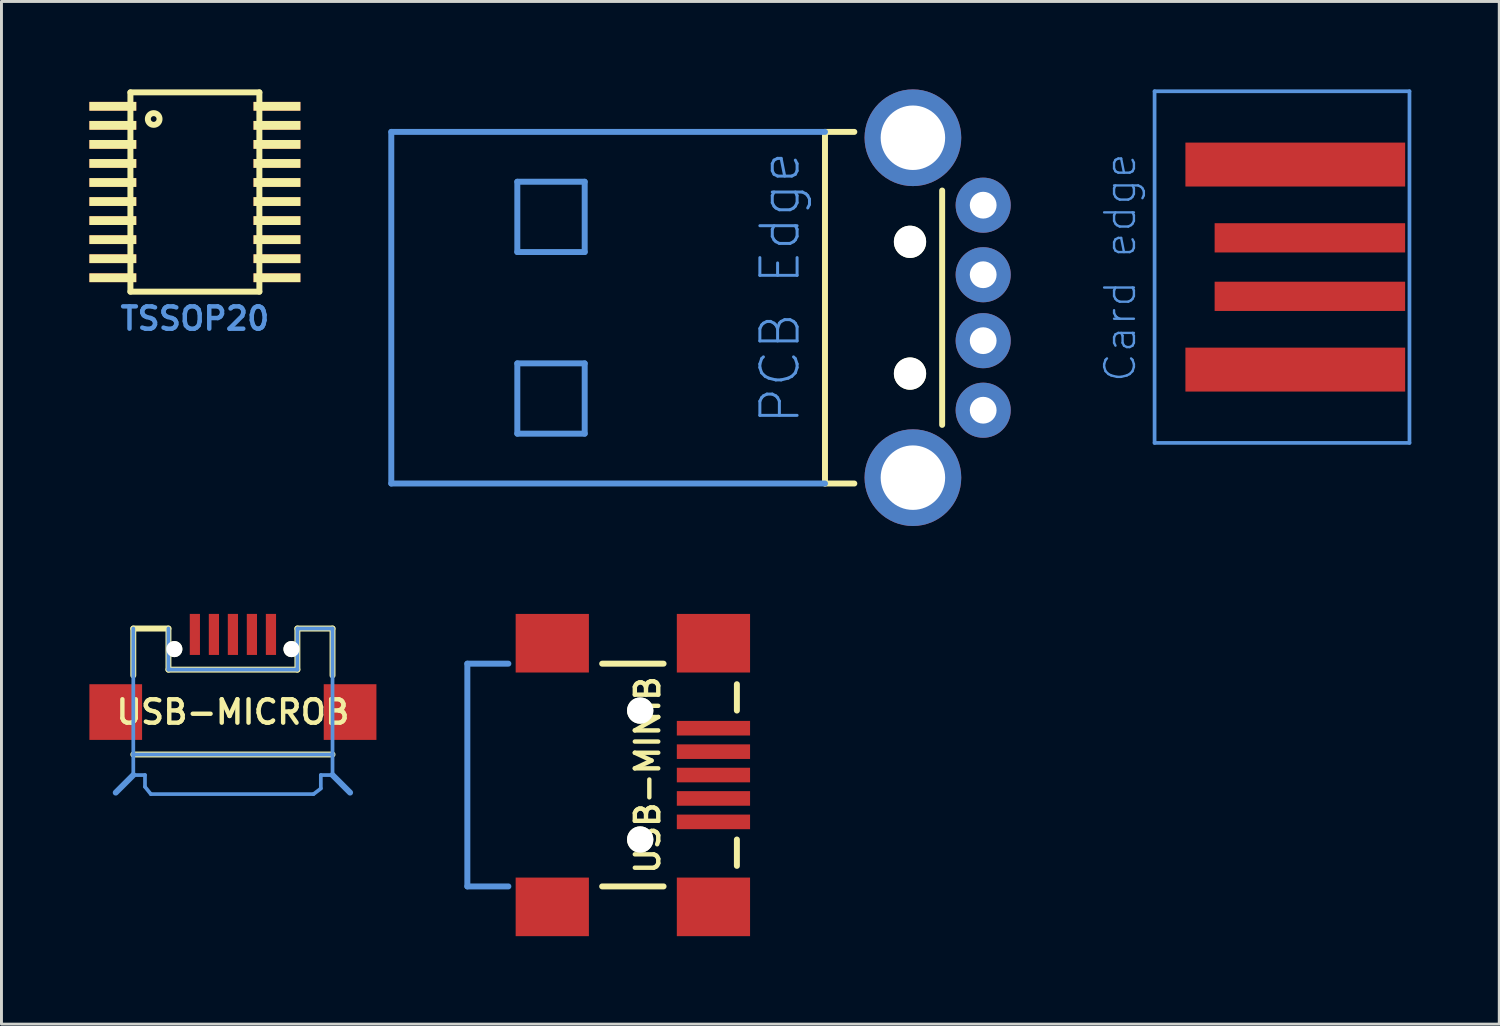
<source format=kicad_pcb>
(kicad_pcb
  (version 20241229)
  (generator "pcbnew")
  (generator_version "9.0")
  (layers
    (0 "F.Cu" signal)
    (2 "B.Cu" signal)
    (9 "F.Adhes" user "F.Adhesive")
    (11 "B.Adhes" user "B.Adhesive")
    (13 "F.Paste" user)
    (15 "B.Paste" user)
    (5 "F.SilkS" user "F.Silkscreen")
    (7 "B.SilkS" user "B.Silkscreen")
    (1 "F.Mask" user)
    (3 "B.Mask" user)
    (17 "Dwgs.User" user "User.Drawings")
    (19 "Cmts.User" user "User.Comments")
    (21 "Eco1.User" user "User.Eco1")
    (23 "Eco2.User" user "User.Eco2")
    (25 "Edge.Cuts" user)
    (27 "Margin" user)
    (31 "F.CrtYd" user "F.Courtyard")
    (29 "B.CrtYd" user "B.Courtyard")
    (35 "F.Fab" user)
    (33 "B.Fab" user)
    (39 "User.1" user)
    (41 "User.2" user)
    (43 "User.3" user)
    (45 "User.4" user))
  (footprint "TSSOP20"
    (layer "F.Cu")
    (at 3.6 3.502)
    (property "Reference" "TSSOP20" (at 0 4.318 0) (layer "Cmts.User") (effects (font (size 0.762 0.762) (thickness 0.152))))
    (attr smd)
    (fp_line (start -2.2 -3.4) (end -2.2 3.4) (stroke (width 0.203) (type solid)) (layer "F.SilkS"))
    (fp_line (start -2.2 3.4) (end 2.2 3.4) (stroke (width 0.203) (type solid)) (layer "F.SilkS"))
    (fp_line (start 2.2 -3.4) (end -2.2 -3.4) (stroke (width 0.203) (type solid)) (layer "F.SilkS"))
    (fp_line (start 2.2 3.4) (end 2.2 -3.4) (stroke (width 0.203) (type solid)) (layer "F.SilkS"))
    (fp_circle (center -1.406 -2.492) (end -1.206 -2.492) (stroke (width 0.203) (type solid)) (fill no) (layer "F.SilkS"))
    (pad "1" smd rect (at -2.8 -2.925) (size 1.6 0.3) (layers "F.Cu" "F.Mask" "F.SilkS" "F.Paste"))
    (pad "2" smd rect (at -2.8 -2.275) (size 1.6 0.3) (layers "F.Cu" "F.Mask" "F.SilkS" "F.Paste"))
    (pad "3" smd rect (at -2.8 -1.625) (size 1.6 0.3) (layers "F.Cu" "F.Mask" "F.SilkS" "F.Paste"))
    (pad "4" smd rect (at -2.8 -0.975) (size 1.6 0.3) (layers "F.Cu" "F.Mask" "F.SilkS" "F.Paste"))
    (pad "5" smd rect (at -2.8 -0.325) (size 1.6 0.3) (layers "F.Cu" "F.Mask" "F.SilkS" "F.Paste"))
    (pad "6" smd rect (at -2.8 0.325) (size 1.6 0.3) (layers "F.Cu" "F.Mask" "F.SilkS" "F.Paste"))
    (pad "7" smd rect (at -2.8 0.975) (size 1.6 0.3) (layers "F.Cu" "F.Mask" "F.SilkS" "F.Paste"))
    (pad "8" smd rect (at -2.8 1.625) (size 1.6 0.3) (layers "F.Cu" "F.Mask" "F.SilkS" "F.Paste"))
    (pad "9" smd rect (at -2.8 2.275) (size 1.6 0.3) (layers "F.Cu" "F.Mask" "F.SilkS" "F.Paste"))
    (pad "10" smd rect (at -2.8 2.925) (size 1.6 0.3) (layers "F.Cu" "F.Mask" "F.SilkS" "F.Paste"))
    (pad "11" smd rect (at 2.8 2.925) (size 1.6 0.3) (layers "F.Cu" "F.Mask" "F.SilkS" "F.Paste"))
    (pad "12" smd rect (at 2.8 2.275) (size 1.6 0.3) (layers "F.Cu" "F.Mask" "F.SilkS" "F.Paste"))
    (pad "13" smd rect (at 2.8 1.625) (size 1.6 0.3) (layers "F.Cu" "F.Mask" "F.SilkS" "F.Paste"))
    (pad "14" smd rect (at 2.8 0.975) (size 1.6 0.3) (layers "F.Cu" "F.Mask" "F.SilkS" "F.Paste"))
    (pad "15" smd rect (at 2.8 0.325) (size 1.6 0.3) (layers "F.Cu" "F.Mask" "F.SilkS" "F.Paste"))
    (pad "16" smd rect (at 2.8 -0.325) (size 1.6 0.3) (layers "F.Cu" "F.Mask" "F.SilkS" "F.Paste"))
    (pad "17" smd rect (at 2.8 -0.975) (size 1.6 0.3) (layers "F.Cu" "F.Mask" "F.SilkS" "F.Paste"))
    (pad "18" smd rect (at 2.8 -1.625) (size 1.6 0.3) (layers "F.Cu" "F.Mask" "F.SilkS" "F.Paste"))
    (pad "19" smd rect (at 2.8 -2.275) (size 1.6 0.3) (layers "F.Cu" "F.Mask" "F.SilkS" "F.Paste"))
    (pad "20" smd rect (at 2.8 -2.925) (size 1.6 0.3) (layers "F.Cu" "F.Mask" "F.SilkS" "F.Paste")))
  (footprint "USB-MINIB"
    (layer "F.Cu")
    (at 18.794 23.395)
    (property "Reference" "USB-MINIB" (at 0.254 0 90) (layer "F.SilkS") (effects (font (size 0.8 0.8) (thickness 0.15))))
    (attr through_hole)
    (fp_line (start -1.298 -3.8) (end 0.798 -3.8) (stroke (width 0.203) (type solid)) (layer "F.SilkS"))
    (fp_line (start 0.798 3.8) (end -1.298 3.8) (stroke (width 0.203) (type solid)) (layer "F.SilkS"))
    (fp_line (start 3.299 -3.099) (end 3.299 -2.2) (stroke (width 0.203) (type solid)) (layer "F.SilkS"))
    (fp_line (start 3.299 2.2) (end 3.299 3.099) (stroke (width 0.203) (type solid)) (layer "F.SilkS"))
    (fp_line (start -5.898 -3.8) (end -5.898 3.8) (stroke (width 0.203) (type solid)) (layer "Cmts.User"))
    (fp_line (start -5.898 -3.8) (end -4.498 -3.8) (stroke (width 0.203) (type solid)) (layer "Cmts.User"))
    (fp_line (start -5.898 3.8) (end -4.498 3.8) (stroke (width 0.203) (type solid)) (layer "Cmts.User"))
    (pad "" np_thru_hole circle (at 0 -2.2) (size 0.899 0.899) (drill 0.899) (layers "*.Cu" "*.Mask" "F.SilkS"))
    (pad "" np_thru_hole circle (at 0 2.2) (size 0.899 0.899) (drill 0.899) (layers "*.Cu" "*.Mask" "F.SilkS"))
    (pad "5V" smd rect (at 2.499 -1.598) (size 2.499 0.498) (layers "F.Cu" "F.Mask" "F.Paste"))
    (pad "D+" smd rect (at 2.499 0) (size 2.499 0.498) (layers "F.Cu" "F.Mask" "F.Paste"))
    (pad "D-" smd rect (at 2.499 -0.798) (size 2.499 0.498) (layers "F.Cu" "F.Mask" "F.Paste"))
    (pad "GND" smd rect (at 2.499 1.598) (size 2.499 0.498) (layers "F.Cu" "F.Mask" "F.Paste"))
    (pad "ID" smd rect (at 2.499 0.798) (size 2.499 0.498) (layers "F.Cu" "F.Mask" "F.Paste"))
    (pad "SH" smd rect (at -3 -4.498) (size 2.499 1.999) (layers "F.Cu" "F.Mask" "F.Paste"))
    (pad "SH" smd rect (at -3 4.498) (size 2.499 1.999) (layers "F.Cu" "F.Mask" "F.Paste"))
    (pad "SH" smd rect (at 2.499 -4.498) (size 2.499 1.999) (layers "F.Cu" "F.Mask" "F.Paste"))
    (pad "SH" smd rect (at 2.499 4.498) (size 2.499 1.999) (layers "F.Cu" "F.Mask" "F.Paste")))
  (footprint "USB-A-PCB"
    (layer "F.Cu")
    (at 41.344 6.063)
    (property "Reference" "USB-A-PCB" (at 0 0 0) (layer "Cmts.User") (effects (font (size 0.001 0.001) (thickness 0.000001))))
    (attr through_hole)
    (fp_line (start -4.999 -5.999) (end 3.698 -5.999) (stroke (width 0.127) (type solid)) (layer "Cmts.User"))
    (fp_line (start -4.999 5.999) (end -4.999 -5.999) (stroke (width 0.127) (type solid)) (layer "Cmts.User"))
    (fp_line (start 3.698 -5.999) (end 3.698 5.999) (stroke (width 0.127) (type solid)) (layer "Cmts.User"))
    (fp_line (start 3.698 5.999) (end -4.999 5.999) (stroke (width 0.127) (type solid)) (layer "Cmts.User"))
    (fp_text user "Card edge" (at -6.17 0.02 90) (layer "Cmts.User") (effects (font (size 1.016 1.016) (thickness 0.081))))
    (pad "5V" smd rect (at -0.198 3.498) (size 7.498 1.499) (layers "F.Cu" "F.Mask" "F.Paste"))
    (pad "D+" smd rect (at 0.3 -0.998) (size 6.5 0.998) (layers "F.Cu" "F.Mask" "F.Paste"))
    (pad "D-" smd rect (at 0.3 0.998) (size 6.5 0.998) (layers "F.Cu" "F.Mask" "F.Paste"))
    (pad "GND" smd rect (at -0.198 -3.498) (size 7.498 1.499) (layers "F.Cu" "F.Mask" "F.Paste")))
  (footprint "USB-A-H"
    (layer "F.Cu")
    (at 28.099 7.449)
    (property "Reference" "USB-A-H" (at -7.62 0 90) (layer "Eco1.User") (effects (font (size 1.27 1.27) (thickness 0.102))))
    (attr through_hole)
    (fp_line (start -3 -5.999) (end -3 5.999) (stroke (width 0.203) (type solid)) (layer "F.SilkS"))
    (fp_line (start -3 -5.999) (end -1.999 -5.999) (stroke (width 0.203) (type solid)) (layer "F.SilkS"))
    (fp_line (start -3 5.999) (end -1.999 5.999) (stroke (width 0.203) (type solid)) (layer "F.SilkS"))
    (fp_line (start 0.998 3.998) (end 0.998 -3.998) (stroke (width 0.203) (type solid)) (layer "F.SilkS"))
    (fp_line (start -17.798 -5.999) (end -17.798 5.999) (stroke (width 0.203) (type solid)) (layer "Cmts.User"))
    (fp_line (start -13.498 -4.298) (end -13.498 -1.9) (stroke (width 0.203) (type solid)) (layer "Cmts.User"))
    (fp_line (start -13.498 -1.9) (end -11.199 -1.9) (stroke (width 0.203) (type solid)) (layer "Cmts.User"))
    (fp_line (start -13.498 1.9) (end -13.498 4.298) (stroke (width 0.203) (type solid)) (layer "Cmts.User"))
    (fp_line (start -13.498 4.298) (end -11.199 4.298) (stroke (width 0.203) (type solid)) (layer "Cmts.User"))
    (fp_line (start -11.199 -4.298) (end -13.498 -4.298) (stroke (width 0.203) (type solid)) (layer "Cmts.User"))
    (fp_line (start -11.199 -1.9) (end -11.199 -4.298) (stroke (width 0.203) (type solid)) (layer "Cmts.User"))
    (fp_line (start -11.199 1.9) (end -13.498 1.9) (stroke (width 0.203) (type solid)) (layer "Cmts.User"))
    (fp_line (start -11.199 4.298) (end -11.199 1.9) (stroke (width 0.203) (type solid)) (layer "Cmts.User"))
    (fp_line (start -3 -5.999) (end -17.798 -5.999) (stroke (width 0.203) (type solid)) (layer "Cmts.User"))
    (fp_line (start -3 5.999) (end -17.798 5.999) (stroke (width 0.203) (type solid)) (layer "Cmts.User"))
    (fp_text user "PCB Edge" (at -4.534 -0.681 90) (layer "Cmts.User") (effects (font (size 1.27 1.27) (thickness 0.102))))
    (pad "" np_thru_hole circle (at -0.099 -2.248) (size 1.1 1.1) (drill 1.1) (layers "*.Cu" "*.Mask" "F.SilkS"))
    (pad "" np_thru_hole circle (at -0.099 2.248) (size 1.1 1.1) (drill 1.1) (layers "*.Cu" "*.Mask" "F.SilkS"))
    (pad "D+" thru_hole oval (at 2.398 -1.125 270) (size 1.88 1.88) (drill 0.914) (layers "*.Cu" "*.Mask"))
    (pad "D-" thru_hole oval (at 2.398 1.125 270) (size 1.88 1.88) (drill 0.914) (layers "*.Cu" "*.Mask"))
    (pad "GND" thru_hole oval (at 2.398 -3.498 270) (size 1.88 1.88) (drill 0.914) (layers "*.Cu" "*.Mask"))
    (pad "GND2" thru_hole oval (at 0 5.799 270) (size 3.299 3.299) (drill 2.2) (layers "*.Cu" "*.Mask"))
    (pad "GND3" thru_hole oval (at 0 -5.799 270) (size 3.299 3.299) (drill 2.2) (layers "*.Cu" "*.Mask"))
    (pad "VBUS" thru_hole oval (at 2.398 3.498 270) (size 1.88 1.88) (drill 0.914) (layers "*.Cu" "*.Mask")))
  (footprint "USB-MICROB"
    (layer "F.Cu")
    (at 4.897 21.246)
    (property "Reference" "USB-MICROB" (at 0 0 0) (layer "F.SilkS") (effects (font (size 0.8 0.8) (thickness 0.15))))
    (attr through_hole)
    (fp_line (start -3.399 -2.85) (end -2.2 -2.85) (stroke (width 0.203) (type solid)) (layer "F.SilkS"))
    (fp_line (start -3.399 -1.25) (end -3.399 -2.85) (stroke (width 0.203) (type solid)) (layer "F.SilkS"))
    (fp_line (start -3.399 1.448) (end 3.399 1.448) (stroke (width 0.203) (type solid)) (layer "F.SilkS"))
    (fp_line (start -2.2 -2.85) (end -2.2 -1.448) (stroke (width 0.203) (type solid)) (layer "F.SilkS"))
    (fp_line (start -2.2 -1.448) (end 2.2 -1.448) (stroke (width 0.203) (type solid)) (layer "F.SilkS"))
    (fp_line (start 2.2 -1.448) (end 2.2 -2.85) (stroke (width 0.203) (type solid)) (layer "F.SilkS"))
    (fp_line (start 3.399 -2.85) (end 2.2 -2.85) (stroke (width 0.203) (type solid)) (layer "F.SilkS"))
    (fp_line (start 3.399 -1.25) (end 3.399 -2.85) (stroke (width 0.203) (type solid)) (layer "F.SilkS"))
    (fp_line (start -3.399 1.448) (end -3.399 -2.85) (stroke (width 0.127) (type solid)) (layer "Cmts.User"))
    (fp_line (start -3.399 1.448) (end 3.399 1.448) (stroke (width 0.127) (type solid)) (layer "Cmts.User"))
    (fp_line (start -3.399 2.149) (end -3.998 2.748) (stroke (width 0.203) (type solid)) (layer "Cmts.User"))
    (fp_line (start -3.399 2.149) (end -3.399 1.448) (stroke (width 0.127) (type solid)) (layer "Cmts.User"))
    (fp_line (start -3.399 2.149) (end -3 2.149) (stroke (width 0.127) (type solid)) (layer "Cmts.User"))
    (fp_line (start -3 2.55) (end -2.8 2.8) (stroke (width 0.127) (type solid)) (layer "Cmts.User"))
    (fp_line (start -3 2.149) (end -3 2.548) (stroke (width 0.127) (type solid)) (layer "Cmts.User"))
    (fp_line (start -2.799 2.799) (end 2.748 2.799) (stroke (width 0.127) (type solid)) (layer "Cmts.User"))
    (fp_line (start -2.2 -1.448) (end -2.2 -2.85) (stroke (width 0.127) (type solid)) (layer "Cmts.User"))
    (fp_line (start -2.2 -1.448) (end 2.2 -1.448) (stroke (width 0.127) (type solid)) (layer "Cmts.User"))
    (fp_line (start 2.2 -1.448) (end 2.2 -2.85) (stroke (width 0.127) (type solid)) (layer "Cmts.User"))
    (fp_line (start 3 2.149) (end 3.399 2.149) (stroke (width 0.127) (type solid)) (layer "Cmts.User"))
    (fp_line (start 3 2.598) (end 3 2.149) (stroke (width 0.127) (type solid)) (layer "Cmts.User"))
    (fp_line (start 3 2.61) (end 2.75 2.8) (stroke (width 0.127) (type solid)) (layer "Cmts.User"))
    (fp_line (start 3.399 -2.85) (end 2.2 -2.85) (stroke (width 0.127) (type solid)) (layer "Cmts.User"))
    (fp_line (start 3.399 -2.85) (end 3.399 1.448) (stroke (width 0.127) (type solid)) (layer "Cmts.User"))
    (fp_line (start 3.399 1.448) (end 3.399 2.149) (stroke (width 0.127) (type solid)) (layer "Cmts.User"))
    (fp_line (start 3.399 2.149) (end 3.998 2.748) (stroke (width 0.203) (type solid)) (layer "Cmts.User"))
    (pad "" np_thru_hole circle (at -1.999 -2.149) (size 0.549 0.549) (drill 0.549) (layers "*.Cu" "*.Mask" "F.SilkS"))
    (pad "" np_thru_hole circle (at 1.999 -2.149) (size 0.549 0.549) (drill 0.549) (layers "*.Cu" "*.Mask" "F.SilkS"))
    (pad "5V" smd rect (at -1.298 -2.649 90) (size 1.4 0.348) (layers "F.Cu" "F.Mask" "F.Paste"))
    (pad "D+" smd rect (at 0 -2.649 90) (size 1.4 0.348) (layers "F.Cu" "F.Mask" "F.Paste"))
    (pad "D-" smd rect (at -0.648 -2.649 90) (size 1.4 0.348) (layers "F.Cu" "F.Mask" "F.Paste"))
    (pad "GND" smd rect (at 1.298 -2.649 90) (size 1.4 0.348) (layers "F.Cu" "F.Mask" "F.Paste"))
    (pad "ID" smd rect (at 0.648 -2.649 90) (size 1.4 0.348) (layers "F.Cu" "F.Mask" "F.Paste"))
    (pad "SH" smd rect (at -3.998 0) (size 1.798 1.9) (layers "F.Cu" "F.Mask" "F.Paste"))
    (pad "SH" smd rect (at 3.998 0) (size 1.798 1.9) (layers "F.Cu" "F.Mask" "F.Paste")))
  (gr_rect
    (start -3 -3)
    (end 48.106 31.893)
    (stroke (width 0.1) (type default))
    (fill no)
    (layer "Edge.Cuts")))
</source>
